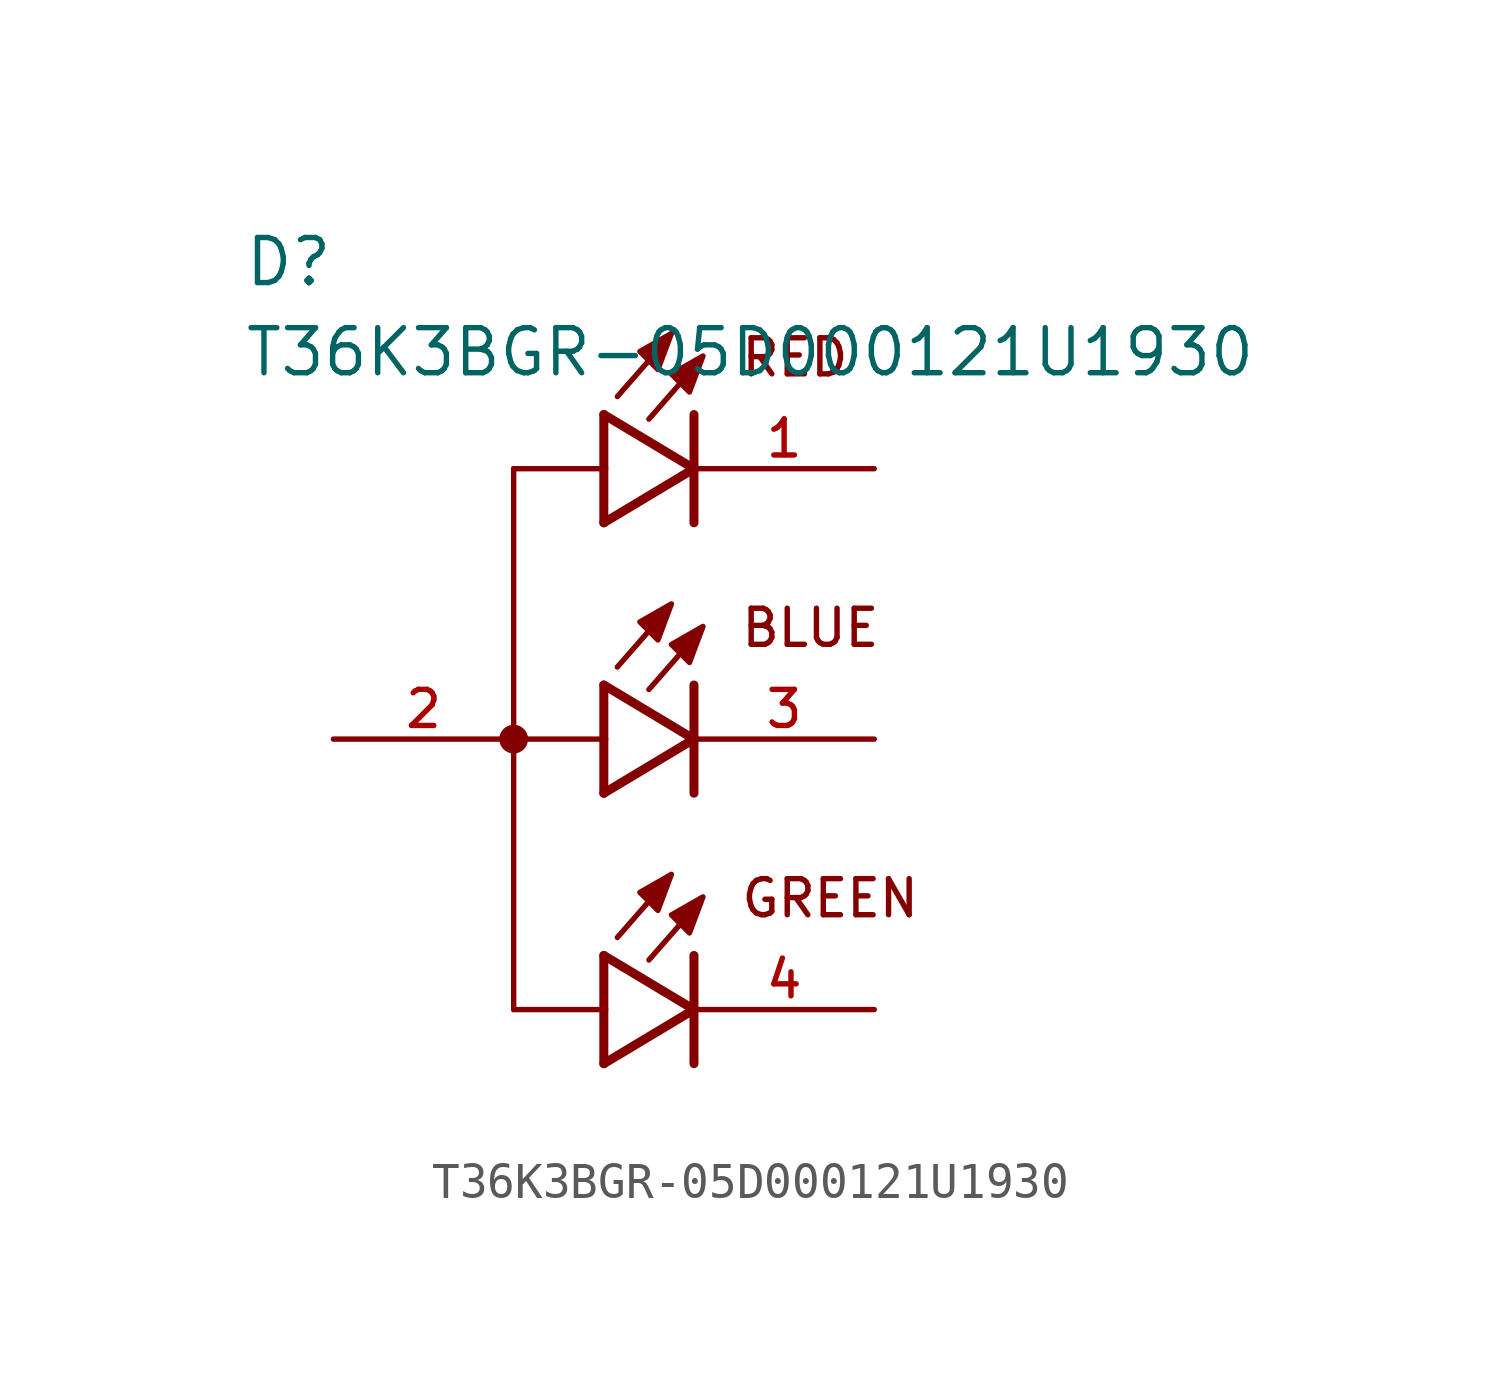
<source format=kicad_sym>
(kicad_symbol_lib
  (version 20211014)
  (generator kicad_symbol_editor)
  (symbol "T36K3BGR-05D000121U1930"
    (pin_names
      (offset 1.016))
    (property "Reference" "D"
      (at -10.16 12.7 0)
      (effects (font (size 1.27 1.27)) (justify bottom left)))
    (property "Value" "T36K3BGR-05D000121U1930"
      (at -10.16 10.16 0)
      (effects (font (size 1.27 1.27)) (justify bottom left)))
    (symbol "T36K3BGR-05D000121U1930_0_0"
      (polyline (pts (xy 0.0 9.144) (xy 0.0 7.62)) (stroke (width 0.254)))
      (polyline (pts (xy 0.0 7.62) (xy 0.0 6.096)) (stroke (width 0.254)))
      (polyline (pts (xy 0.0 6.096) (xy 2.54 7.62)) (stroke (width 0.254)))
      (polyline (pts (xy 2.54 7.62) (xy 0.0 9.144)) (stroke (width 0.254)))
      (polyline (pts (xy 2.54 9.144) (xy 2.54 6.096)) (stroke (width 0.254)))
      (polyline (pts (xy 0.0 1.524) (xy 0.0 0.0)) (stroke (width 0.254)))
      (polyline (pts (xy 0.0 0.0) (xy 0.0 -1.524)) (stroke (width 0.254)))
      (polyline (pts (xy 0.0 -1.524) (xy 2.54 0.0)) (stroke (width 0.254)))
      (polyline (pts (xy 2.54 0.0) (xy 0.0 1.524)) (stroke (width 0.254)))
      (polyline (pts (xy 2.54 1.524) (xy 2.54 -1.524)) (stroke (width 0.254)))
      (polyline (pts (xy 0.0 -6.096) (xy 0.0 -7.62)) (stroke (width 0.254)))
      (polyline (pts (xy 0.0 -7.62) (xy 0.0 -9.144)) (stroke (width 0.254)))
      (polyline (pts (xy 0.0 -9.144) (xy 2.54 -7.62)) (stroke (width 0.254)))
      (polyline (pts (xy 2.54 -7.62) (xy 0.0 -6.096)) (stroke (width 0.254)))
      (polyline (pts (xy 2.54 -6.096) (xy 2.54 -9.144)) (stroke (width 0.254)))
      (polyline (pts (xy 0.0 7.62) (xy -2.54 7.62)) (stroke (width 0.152)))
      (polyline (pts (xy -2.54 7.62) (xy -2.54 -7.62)) (stroke (width 0.152)))
      (polyline (pts (xy -2.54 -7.62) (xy 0.0 -7.62)) (stroke (width 0.152)))
      (polyline (pts (xy 0.0 0.0) (xy -2.54 0.0)) (stroke (width 0.152)))
      (circle (center -2.54 0.0) (radius 0.203) (stroke (width 0.406)) (fill (type none)))
      (polyline (pts (xy 1.27 -4.572) (xy 0.381 -5.588)) (stroke (width 0.152)))
      (polyline (pts (xy 1.016 -4.318) (xy 1.524 -4.826) (xy 1.905 -3.81) (xy 1.016 -4.318)) (stroke (width 0.152)) (fill (type outline)))
      (polyline (pts (xy 2.159 -5.207) (xy 1.27 -6.223)) (stroke (width 0.152)))
      (polyline (pts (xy 1.905 -4.953) (xy 2.413 -5.461) (xy 2.794 -4.445) (xy 1.905 -4.953)) (stroke (width 0.152)) (fill (type outline)))
      (polyline (pts (xy 1.27 3.048) (xy 0.381 2.032)) (stroke (width 0.152)))
      (polyline (pts (xy 1.016 3.302) (xy 1.524 2.794) (xy 1.905 3.81) (xy 1.016 3.302)) (stroke (width 0.152)) (fill (type outline)))
      (polyline (pts (xy 2.159 2.413) (xy 1.27 1.397)) (stroke (width 0.152)))
      (polyline (pts (xy 1.905 2.667) (xy 2.413 2.159) (xy 2.794 3.175) (xy 1.905 2.667)) (stroke (width 0.152)) (fill (type outline)))
      (polyline (pts (xy 1.27 10.668) (xy 0.381 9.652)) (stroke (width 0.152)))
      (polyline (pts (xy 1.016 10.922) (xy 1.524 10.414) (xy 1.905 11.43) (xy 1.016 10.922)) (stroke (width 0.152)) (fill (type outline)))
      (polyline (pts (xy 2.159 10.033) (xy 1.27 9.017)) (stroke (width 0.152)))
      (polyline (pts (xy 1.905 10.287) (xy 2.413 9.779) (xy 2.794 10.795) (xy 1.905 10.287)) (stroke (width 0.152)) (fill (type outline)))
      (text "RED" (at 3.81 10.16 0) (effects (font (size 1.016 1.016)) (justify bottom left)))
      (text "GREEN" (at 3.81 -5.08 0) (effects (font (size 1.016 1.016)) (justify bottom left)))
      (text "BLUE" (at 3.81 2.54 0) (effects (font (size 1.016 1.016)) (justify bottom left)))
      (pin passive line (at 7.62 7.62 180.0) (length 5.08) (name "~" (effects (font (size 1.016 1.016)))) (number "1" (effects (font (size 1.016 1.016)))))
      (pin passive line (at -7.62 0.0 0) (length 5.08) (name "~" (effects (font (size 1.016 1.016)))) (number "2" (effects (font (size 1.016 1.016)))))
      (pin passive line (at 7.62 -7.62 180.0) (length 5.08) (name "~" (effects (font (size 1.016 1.016)))) (number "4" (effects (font (size 1.016 1.016)))))
      (pin passive line (at 7.62 0.0 180.0) (length 5.08) (name "~" (effects (font (size 1.016 1.016)))) (number "3" (effects (font (size 1.016 1.016))))))))
</source>
